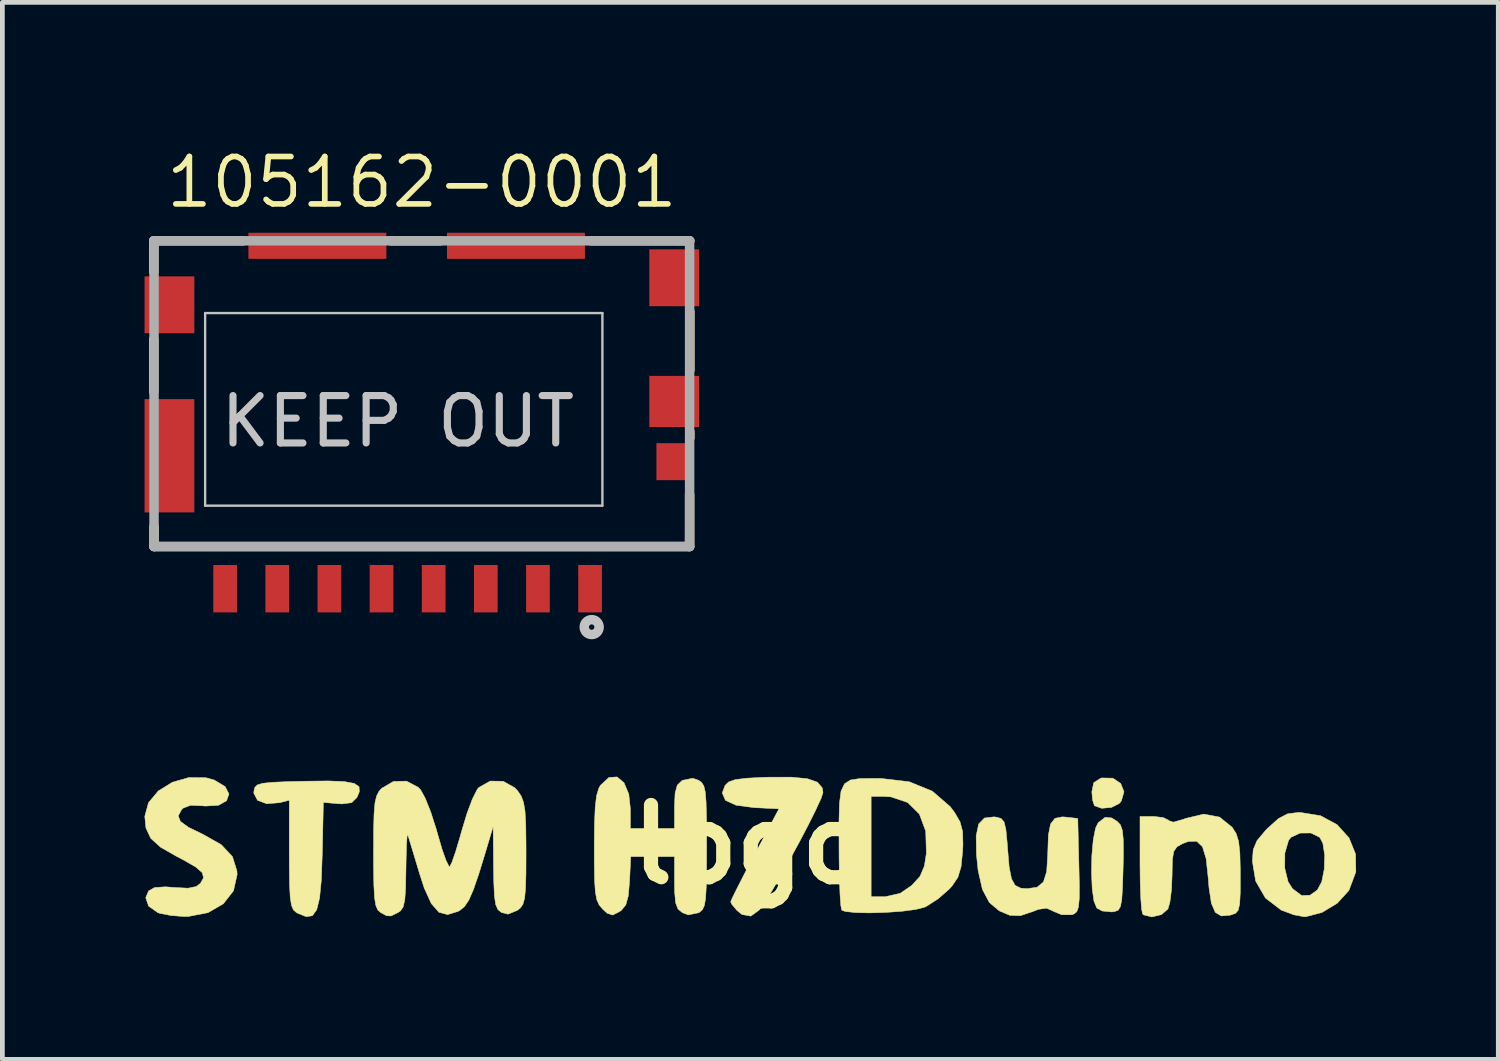
<source format=kicad_pcb>
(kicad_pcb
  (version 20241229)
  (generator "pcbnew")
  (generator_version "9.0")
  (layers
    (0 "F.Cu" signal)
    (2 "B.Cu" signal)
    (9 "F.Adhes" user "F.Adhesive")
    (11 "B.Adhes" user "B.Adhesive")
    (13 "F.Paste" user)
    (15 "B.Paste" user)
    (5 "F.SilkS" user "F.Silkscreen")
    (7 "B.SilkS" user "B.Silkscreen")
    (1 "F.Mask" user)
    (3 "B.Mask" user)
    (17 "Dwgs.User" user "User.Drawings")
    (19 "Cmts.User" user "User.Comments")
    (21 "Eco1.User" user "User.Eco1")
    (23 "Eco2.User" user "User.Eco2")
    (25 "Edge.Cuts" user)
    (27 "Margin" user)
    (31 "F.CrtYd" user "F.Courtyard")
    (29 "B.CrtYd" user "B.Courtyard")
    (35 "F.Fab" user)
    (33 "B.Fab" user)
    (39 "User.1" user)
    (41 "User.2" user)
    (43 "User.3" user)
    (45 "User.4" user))
  (footprint "105162-0001"
    (layer "F.Cu")
    (at 5.85 2.031)
    (property "Reference" "105162-0001" (at 0 -1.235 0) (layer "F.SilkS") (effects (font (size 1 1) (thickness 0.12))))
    (attr through_hole)
    (fp_line (start -5.655 0) (end -5.655 0.65) (stroke (width 0.2) (type solid)) (layer "F.SilkS"))
    (fp_line (start -5.655 3.185) (end -5.655 2.08) (stroke (width 0.2) (type solid)) (layer "F.SilkS"))
    (fp_line (start -5.65 6.45) (end -5.65 6.028) (stroke (width 0.2) (type solid)) (layer "F.SilkS"))
    (fp_line (start -5.65 6.45) (end 5.65 6.45) (stroke (width 0.2) (type solid)) (layer "F.SilkS"))
    (fp_line (start -3.77 0) (end -5.655 0) (stroke (width 0.2) (type solid)) (layer "F.SilkS"))
    (fp_line (start 0.39 0) (end -0.65 0) (stroke (width 0.2) (type solid)) (layer "F.SilkS"))
    (fp_line (start 5.65 6.45) (end 5.65 5.355) (stroke (width 0.2) (type solid)) (layer "F.SilkS"))
    (fp_line (start 5.655 0) (end 3.575 0) (stroke (width 0.2) (type solid)) (layer "F.SilkS"))
    (fp_line (start 5.655 2.73) (end 5.655 1.495) (stroke (width 0.2) (type solid)) (layer "F.SilkS"))
    (fp_line (start 5.655 4.03) (end 5.655 4.16) (stroke (width 0.2) (type solid)) (layer "F.SilkS"))
    (fp_line (start -4.572 1.524) (end -4.572 5.588) (stroke (width 0.05) (type solid)) (layer "Dwgs.User"))
    (fp_line (start -4.572 5.588) (end 3.81 5.588) (stroke (width 0.05) (type solid)) (layer "Dwgs.User"))
    (fp_line (start 3.81 1.524) (end -4.572 1.524) (stroke (width 0.05) (type solid)) (layer "Dwgs.User"))
    (fp_line (start 3.81 5.588) (end 3.81 1.524) (stroke (width 0.05) (type solid)) (layer "Dwgs.User"))
    (fp_circle (center 3.584 8.15) (end 3.641 8.15) (stroke (width 0.2) (type solid)) (fill no) (layer "Dwgs.User"))
    (fp_line (start -5.65 0) (end 5.65 0) (stroke (width 0.2) (type solid)) (layer "F.Fab"))
    (fp_line (start -5.65 6.45) (end -5.65 0) (stroke (width 0.2) (type solid)) (layer "F.Fab"))
    (fp_line (start 5.65 0) (end 5.65 6.45) (stroke (width 0.2) (type solid)) (layer "F.Fab"))
    (fp_line (start 5.65 6.45) (end -5.65 6.45) (stroke (width 0.2) (type solid)) (layer "F.Fab"))
    (fp_text user "KEEP OUT" (at -0.508 3.81 0) (layer "Dwgs.User") (effects (font (size 1 1) (thickness 0.15))))
    (pad "1" smd rect (at 3.55 7.34) (size 0.5 1) (layers "F.Cu" "F.Mask" "F.Paste"))
    (pad "2" smd rect (at 2.45 7.34) (size 0.5 1) (layers "F.Cu" "F.Mask" "F.Paste"))
    (pad "3" smd rect (at 1.35 7.34) (size 0.5 1) (layers "F.Cu" "F.Mask" "F.Paste"))
    (pad "4" smd rect (at 0.25 7.34) (size 0.5 1) (layers "F.Cu" "F.Mask" "F.Paste"))
    (pad "5" smd rect (at -0.85 7.34) (size 0.5 1) (layers "F.Cu" "F.Mask" "F.Paste"))
    (pad "6" smd rect (at -1.95 7.34) (size 0.5 1) (layers "F.Cu" "F.Mask" "F.Paste"))
    (pad "7" smd rect (at -3.05 7.34) (size 0.5 1) (layers "F.Cu" "F.Mask" "F.Paste"))
    (pad "8" smd rect (at -4.15 7.34) (size 0.5 1) (layers "F.Cu" "F.Mask" "F.Paste"))
    (pad "9" smd rect (at 5.31 4.66) (size 0.72 0.78) (layers "F.Cu" "F.Mask" "F.Paste"))
    (pad "10" smd rect (at 5.325 3.39) (size 1.05 1.08) (layers "F.Cu" "F.Mask" "F.Paste"))
    (pad "11" smd rect (at 5.325 0.78) (size 1.05 1.2) (layers "F.Cu" "F.Mask" "F.Paste"))
    (pad "12" smd rect (at -5.325 1.35) (size 1.05 1.2) (layers "F.Cu" "F.Mask" "F.Paste"))
    (pad "13" smd rect (at -5.325 4.535) (size 1.05 2.39) (layers "F.Cu" "F.Mask" "F.Paste"))
    (pad "14" smd rect (at 1.986 0.105) (size 2.91 0.55) (layers "F.Cu" "F.Mask" "F.Paste"))
    (pad "15" smd rect (at -2.204 0.105) (size 2.91 0.55) (layers "F.Cu" "F.Mask" "F.Paste")))
  (footprint "logo"
    (layer "F.Cu")
    (at 12.79 14.769)
    (property "Reference" "logo" (at 0 0 0) (layer "F.SilkS") (effects (font (size 1.524 1.524) (thickness 0.3))))
    (attr through_hole)
    (fp_poly (pts (xy 7.641 -1.4) (xy 7.806 -1.288) (xy 7.875 -1.113) (xy 7.819 -0.919) (xy 7.772 -0.864) (xy 7.61 -0.783) (xy 7.405 -0.765) (xy 7.254 -0.818) (xy 7.253 -0.818) (xy 7.212 -0.937) (xy 7.197 -1.113) (xy 7.236 -1.305) (xy 7.382 -1.398) (xy 7.409 -1.405) (xy 7.641 -1.4)) (stroke (width 0.01) (type solid)) (fill yes) (layer "F.SilkS"))
    (fp_poly (pts (xy 7.617 -0.561) (xy 7.734 -0.486) (xy 7.8 -0.415) (xy 7.841 -0.297) (xy 7.86 -0.099) (xy 7.863 0.211) (xy 7.856 0.509) (xy 7.844 0.905) (xy 7.828 1.162) (xy 7.799 1.312) (xy 7.751 1.386) (xy 7.675 1.414) (xy 7.619 1.422) (xy 7.416 1.402) (xy 7.302 1.341) (xy 7.241 1.193) (xy 7.204 0.926) (xy 7.19 0.59) (xy 7.197 0.233) (xy 7.226 -0.095) (xy 7.275 -0.346) (xy 7.33 -0.46) (xy 7.48 -0.576) (xy 7.617 -0.561)) (stroke (width 0.01) (type solid)) (fill yes) (layer "F.SilkS"))
    (fp_poly (pts (xy 1.196 -1.389) (xy 1.407 -1.315) (xy 1.508 -1.196) (xy 1.524 -1.098) (xy 1.484 -0.974) (xy 1.375 -0.737) (xy 1.216 -0.417) (xy 1.023 -0.049) (xy 0.814 0.335) (xy 0.606 0.705) (xy 0.418 1.026) (xy 0.265 1.267) (xy 0.185 1.376) (xy 0.002 1.51) (xy -0.186 1.476) (xy -0.29 1.391) (xy -0.396 1.265) (xy -0.423 1.208) (xy -0.386 1.119) (xy -0.283 0.911) (xy -0.13 0.612) (xy 0.058 0.255) (xy 0.086 0.203) (xy 0.595 -0.754) (xy 0.074 -0.779) (xy -0.308 -0.829) (xy -0.534 -0.933) (xy -0.601 -1.089) (xy -0.541 -1.249) (xy -0.466 -1.321) (xy -0.329 -1.369) (xy -0.096 -1.399) (xy 0.266 -1.418) (xy 0.369 -1.421) (xy 0.856 -1.422) (xy 1.196 -1.389)) (stroke (width 0.01) (type solid)) (fill yes) (layer "F.SilkS"))
    (fp_poly (pts (xy -8.573 -1.328) (xy -8.363 -1.289) (xy -8.264 -1.219) (xy -8.259 -1.113) (xy -8.309 -0.993) (xy -8.42 -0.884) (xy -8.621 -0.857) (xy -8.706 -0.862) (xy -9.017 -0.889) (xy -9.041 0.206) (xy -9.06 0.744) (xy -9.097 1.129) (xy -9.158 1.376) (xy -9.249 1.502) (xy -9.379 1.522) (xy -9.554 1.452) (xy -9.588 1.433) (xy -9.649 1.379) (xy -9.691 1.28) (xy -9.717 1.11) (xy -9.731 0.84) (xy -9.736 0.442) (xy -9.737 0.206) (xy -9.737 -0.935) (xy -9.942 -0.883) (xy -10.213 -0.861) (xy -10.406 -0.933) (xy -10.485 -1.083) (xy -10.482 -1.129) (xy -10.463 -1.206) (xy -10.411 -1.258) (xy -10.298 -1.292) (xy -10.096 -1.313) (xy -9.777 -1.327) (xy -9.405 -1.336) (xy -8.914 -1.342) (xy -8.573 -1.328)) (stroke (width 0.01) (type solid)) (fill yes) (layer "F.SilkS"))
    (fp_poly (pts (xy 12.022 -0.608) (xy 12.371 -0.42) (xy 12.623 -0.14) (xy 12.761 0.201) (xy 12.767 0.577) (xy 12.624 0.959) (xy 12.614 0.976) (xy 12.375 1.238) (xy 12.053 1.433) (xy 11.718 1.521) (xy 11.671 1.522) (xy 11.461 1.483) (xy 11.212 1.391) (xy 11.186 1.379) (xy 10.86 1.129) (xy 10.654 0.773) (xy 10.608 0.498) (xy 11.267 0.498) (xy 11.337 0.784) (xy 11.43 0.931) (xy 11.624 1.076) (xy 11.798 1.07) (xy 11.953 0.961) (xy 12.047 0.788) (xy 12.1 0.522) (xy 12.11 0.229) (xy 12.072 -0.024) (xy 12.006 -0.152) (xy 11.818 -0.244) (xy 11.589 -0.242) (xy 11.399 -0.153) (xy 11.348 -0.09) (xy 11.269 0.182) (xy 11.267 0.498) (xy 10.608 0.498) (xy 10.584 0.35) (xy 10.602 0.107) (xy 10.681 -0.082) (xy 10.853 -0.288) (xy 10.912 -0.349) (xy 11.136 -0.549) (xy 11.326 -0.648) (xy 11.551 -0.677) (xy 11.594 -0.677) (xy 12.022 -0.608)) (stroke (width 0.01) (type solid)) (fill yes) (layer "F.SilkS"))
    (fp_poly (pts (xy 6.656 -0.578) (xy 6.9 -0.55) (xy 6.924 0.438) (xy 6.933 0.861) (xy 6.931 1.145) (xy 6.914 1.32) (xy 6.879 1.416) (xy 6.82 1.464) (xy 6.772 1.482) (xy 6.558 1.48) (xy 6.409 1.418) (xy 6.244 1.343) (xy 6.07 1.367) (xy 5.969 1.407) (xy 5.689 1.501) (xy 5.465 1.493) (xy 5.244 1.399) (xy 5.034 1.223) (xy 4.888 0.948) (xy 4.797 0.547) (xy 4.762 0.209) (xy 4.756 -0.183) (xy 4.809 -0.433) (xy 4.931 -0.56) (xy 5.133 -0.584) (xy 5.181 -0.578) (xy 5.282 -0.55) (xy 5.345 -0.476) (xy 5.383 -0.319) (xy 5.41 -0.042) (xy 5.419 0.085) (xy 5.452 0.473) (xy 5.501 0.722) (xy 5.578 0.862) (xy 5.699 0.921) (xy 5.83 0.931) (xy 6.042 0.901) (xy 6.175 0.79) (xy 6.244 0.571) (xy 6.266 0.217) (xy 6.267 0.174) (xy 6.28 -0.201) (xy 6.326 -0.434) (xy 6.419 -0.553) (xy 6.574 -0.584) (xy 6.656 -0.578)) (stroke (width 0.01) (type solid)) (fill yes) (layer "F.SilkS"))
    (fp_poly (pts (xy -11.495 -1.41) (xy -11.322 -1.362) (xy -11.091 -1.224) (xy -11.009 -1.067) (xy -11.06 -0.924) (xy -11.232 -0.828) (xy -11.512 -0.812) (xy -11.547 -0.816) (xy -11.815 -0.829) (xy -11.974 -0.77) (xy -12.012 -0.732) (xy -12.079 -0.605) (xy -12.034 -0.488) (xy -11.862 -0.363) (xy -11.561 -0.217) (xy -11.171 0.003) (xy -10.935 0.256) (xy -10.841 0.558) (xy -10.837 0.635) (xy -10.914 0.977) (xy -11.129 1.251) (xy -11.454 1.438) (xy -11.866 1.517) (xy -11.955 1.519) (xy -12.233 1.497) (xy -12.469 1.451) (xy -12.511 1.436) (xy -12.705 1.299) (xy -12.765 1.122) (xy -12.705 0.979) (xy -12.578 0.907) (xy -12.346 0.892) (xy -12.163 0.906) (xy -11.871 0.921) (xy -11.696 0.885) (xy -11.611 0.818) (xy -11.545 0.701) (xy -11.573 0.593) (xy -11.713 0.472) (xy -11.986 0.316) (xy -12.11 0.252) (xy -12.453 0.056) (xy -12.66 -0.132) (xy -12.761 -0.349) (xy -12.785 -0.594) (xy -12.707 -0.883) (xy -12.501 -1.13) (xy -12.204 -1.314) (xy -11.856 -1.414) (xy -11.495 -1.41)) (stroke (width 0.01) (type solid)) (fill yes) (layer "F.SilkS"))
    (fp_poly (pts (xy 9.892 -0.579) (xy 10.158 -0.364) (xy 10.159 -0.363) (xy 10.242 -0.23) (xy 10.294 -0.063) (xy 10.32 0.18) (xy 10.329 0.542) (xy 10.329 0.645) (xy 10.328 1.014) (xy 10.316 1.249) (xy 10.286 1.383) (xy 10.23 1.45) (xy 10.137 1.484) (xy 10.111 1.491) (xy 9.928 1.507) (xy 9.801 1.43) (xy 9.719 1.24) (xy 9.669 0.913) (xy 9.652 0.703) (xy 9.608 0.299) (xy 9.531 0.046) (xy 9.409 -0.069) (xy 9.231 -0.065) (xy 9.108 -0.018) (xy 8.991 0.049) (xy 8.925 0.146) (xy 8.896 0.317) (xy 8.89 0.609) (xy 8.89 0.639) (xy 8.877 0.954) (xy 8.843 1.219) (xy 8.802 1.36) (xy 8.663 1.479) (xy 8.463 1.527) (xy 8.289 1.484) (xy 8.269 1.468) (xy 8.247 1.365) (xy 8.229 1.129) (xy 8.217 0.795) (xy 8.213 0.409) (xy 8.213 -0.593) (xy 8.502 -0.593) (xy 8.704 -0.569) (xy 8.817 -0.513) (xy 8.821 -0.504) (xy 8.915 -0.472) (xy 9.132 -0.534) (xy 9.175 -0.551) (xy 9.559 -0.642) (xy 9.892 -0.579)) (stroke (width 0.01) (type solid)) (fill yes) (layer "F.SilkS"))
    (fp_poly (pts (xy 2.752 -1.394) (xy 3.343 -1.325) (xy 3.831 -1.126) (xy 4.21 -0.798) (xy 4.301 -0.677) (xy 4.416 -0.478) (xy 4.47 -0.275) (xy 4.477 -0.002) (xy 4.47 0.147) (xy 4.437 0.47) (xy 4.371 0.69) (xy 4.249 0.872) (xy 4.187 0.94) (xy 3.957 1.142) (xy 3.709 1.302) (xy 3.665 1.323) (xy 3.475 1.371) (xy 3.188 1.408) (xy 2.848 1.432) (xy 2.505 1.442) (xy 2.203 1.435) (xy 1.99 1.411) (xy 1.919 1.383) (xy 1.9 1.283) (xy 1.883 1.044) (xy 1.871 0.697) (xy 1.864 0.273) (xy 1.863 0.026) (xy 1.862 -0.496) (xy 1.872 -0.872) (xy 1.891 -1.016) (xy 2.54 -1.016) (xy 2.54 1.101) (xy 2.835 1.101) (xy 3.154 1.029) (xy 3.396 0.863) (xy 3.571 0.672) (xy 3.664 0.453) (xy 3.705 0.186) (xy 3.692 -0.281) (xy 3.558 -0.643) (xy 3.311 -0.887) (xy 2.958 -1.006) (xy 2.798 -1.016) (xy 2.54 -1.016) (xy 1.891 -1.016) (xy 1.905 -1.126) (xy 1.978 -1.281) (xy 2.104 -1.362) (xy 2.299 -1.392) (xy 2.578 -1.395) (xy 2.752 -1.394)) (stroke (width 0.01) (type solid)) (fill yes) (layer "F.SilkS"))
    (fp_poly (pts (xy -2.674 -1.304) (xy -2.573 -1.063) (xy -2.54 -0.756) (xy -2.54 -0.339) (xy -1.609 -0.339) (xy -1.609 -0.801) (xy -1.596 -1.087) (xy -1.55 -1.253) (xy -1.454 -1.346) (xy -1.439 -1.355) (xy -1.223 -1.399) (xy -1.101 -1.355) (xy -1.036 -1.309) (xy -0.99 -1.236) (xy -0.96 -1.109) (xy -0.943 -0.901) (xy -0.934 -0.584) (xy -0.931 -0.134) (xy -0.931 0.042) (xy -0.933 0.541) (xy -0.939 0.897) (xy -0.953 1.137) (xy -0.979 1.288) (xy -1.02 1.375) (xy -1.078 1.426) (xy -1.101 1.439) (xy -1.317 1.484) (xy -1.439 1.439) (xy -1.534 1.362) (xy -1.585 1.229) (xy -1.606 0.997) (xy -1.609 0.801) (xy -1.609 0.254) (xy -2.532 0.254) (xy -2.557 0.773) (xy -2.584 1.083) (xy -2.636 1.272) (xy -2.73 1.388) (xy -2.767 1.414) (xy -2.913 1.488) (xy -3.031 1.448) (xy -3.126 1.361) (xy -3.198 1.275) (xy -3.247 1.167) (xy -3.278 1.004) (xy -3.295 0.756) (xy -3.301 0.39) (xy -3.302 0.061) (xy -3.297 -0.433) (xy -3.282 -0.787) (xy -3.253 -1.029) (xy -3.207 -1.186) (xy -3.17 -1.251) (xy -2.993 -1.415) (xy -2.821 -1.427) (xy -2.674 -1.304)) (stroke (width 0.01) (type solid)) (fill yes) (layer "F.SilkS"))
    (fp_poly (pts (xy -5.224 -1.335) (xy -4.976 -1.196) (xy -4.917 -1.132) (xy -4.843 -1.022) (xy -4.794 -0.891) (xy -4.763 -0.705) (xy -4.747 -0.431) (xy -4.742 -0.036) (xy -4.741 0.176) (xy -4.743 0.625) (xy -4.752 0.935) (xy -4.772 1.137) (xy -4.808 1.262) (xy -4.864 1.341) (xy -4.924 1.388) (xy -5.122 1.469) (xy -5.262 1.432) (xy -5.334 1.373) (xy -5.381 1.266) (xy -5.409 1.079) (xy -5.422 0.778) (xy -5.427 0.484) (xy -5.435 -0.381) (xy -5.599 0.169) (xy -5.741 0.631) (xy -5.854 0.957) (xy -5.949 1.174) (xy -6.041 1.31) (xy -6.141 1.392) (xy -6.175 1.41) (xy -6.397 1.478) (xy -6.58 1.428) (xy -6.74 1.245) (xy -6.889 0.918) (xy -6.992 0.599) (xy -7.092 0.266) (xy -7.175 -0.008) (xy -7.228 -0.18) (xy -7.238 -0.212) (xy -7.251 -0.17) (xy -7.263 0.009) (xy -7.271 0.294) (xy -7.275 0.526) (xy -7.282 0.913) (xy -7.299 1.164) (xy -7.333 1.315) (xy -7.391 1.4) (xy -7.445 1.436) (xy -7.589 1.507) (xy -7.684 1.502) (xy -7.811 1.433) (xy -7.87 1.38) (xy -7.911 1.283) (xy -7.938 1.117) (xy -7.952 0.852) (xy -7.958 0.462) (xy -7.959 0.165) (xy -7.957 -0.311) (xy -7.948 -0.647) (xy -7.929 -0.875) (xy -7.895 -1.023) (xy -7.844 -1.123) (xy -7.789 -1.185) (xy -7.54 -1.331) (xy -7.264 -1.338) (xy -7.018 -1.209) (xy -6.962 -1.149) (xy -6.866 -0.973) (xy -6.752 -0.686) (xy -6.64 -0.339) (xy -6.606 -0.22) (xy -6.514 0.097) (xy -6.43 0.334) (xy -6.369 0.457) (xy -6.351 0.467) (xy -6.304 0.373) (xy -6.228 0.155) (xy -6.137 -0.149) (xy -6.092 -0.31) (xy -5.986 -0.659) (xy -5.874 -0.959) (xy -5.773 -1.16) (xy -5.741 -1.202) (xy -5.498 -1.339) (xy -5.224 -1.335)) (stroke (width 0.01) (type solid)) (fill yes) (layer "F.SilkS")))
  (gr_rect
    (start -3 -3)
    (end 28.562 19.301)
    (stroke (width 0.1) (type default))
    (fill no)
    (layer "Edge.Cuts")))
</source>
